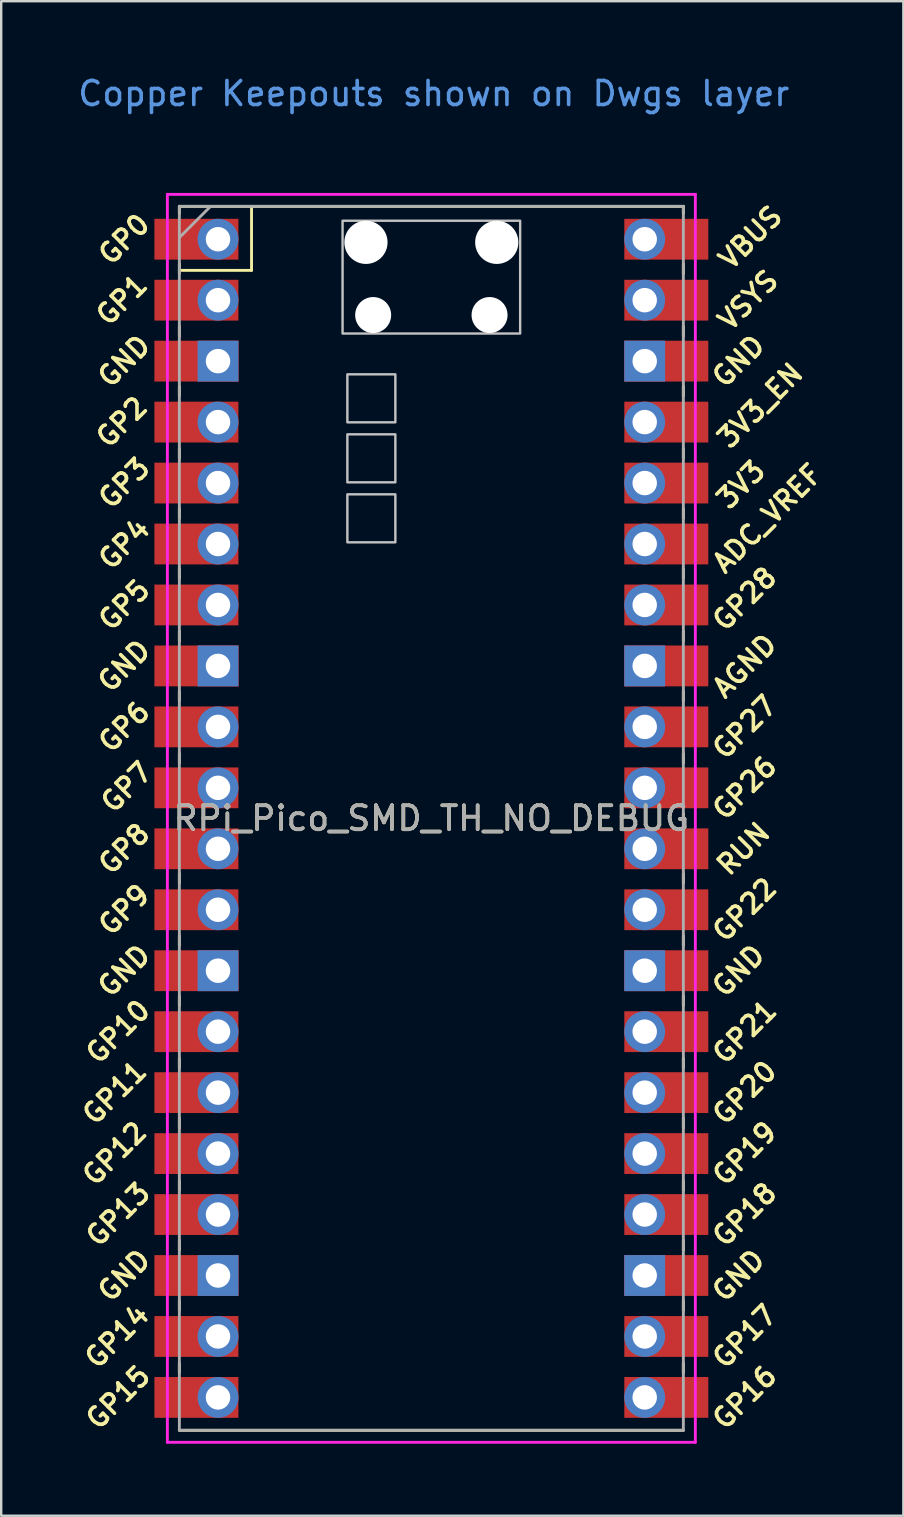
<source format=kicad_pcb>
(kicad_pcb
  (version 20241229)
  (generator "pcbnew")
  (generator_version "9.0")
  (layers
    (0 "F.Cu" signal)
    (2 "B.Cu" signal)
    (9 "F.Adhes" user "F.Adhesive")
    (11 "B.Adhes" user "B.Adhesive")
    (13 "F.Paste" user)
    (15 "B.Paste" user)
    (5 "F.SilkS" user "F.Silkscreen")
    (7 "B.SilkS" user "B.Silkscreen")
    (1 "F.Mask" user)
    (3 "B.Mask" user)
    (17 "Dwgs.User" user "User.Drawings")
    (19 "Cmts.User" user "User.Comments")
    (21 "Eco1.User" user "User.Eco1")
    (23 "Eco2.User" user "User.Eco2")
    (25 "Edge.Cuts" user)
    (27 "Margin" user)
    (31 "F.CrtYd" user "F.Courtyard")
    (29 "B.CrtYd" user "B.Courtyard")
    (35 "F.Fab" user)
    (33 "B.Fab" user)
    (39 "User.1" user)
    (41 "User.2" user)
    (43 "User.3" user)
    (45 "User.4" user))
  (footprint "RPi_Pico_SMD_TH_NO_DEBUG"
    (layer "F.Cu")
    (at 14.924 31.048)
    (property "Reference" "RPi_Pico_SMD_TH_NO_DEBUG" (at 0 0 0) (layer "F.SilkS") (effects (font (size 1 1) (thickness 0.15))))
    (attr through_hole)
    (fp_line (start -10.5 -25.5) (end -10.5 -25.2) (stroke (width 0.12) (type solid)) (layer "F.SilkS"))
    (fp_line (start -10.5 -25.5) (end 10.5 -25.5) (stroke (width 0.12) (type solid)) (layer "F.SilkS"))
    (fp_line (start -10.5 -23.1) (end -10.5 -22.7) (stroke (width 0.12) (type solid)) (layer "F.SilkS"))
    (fp_line (start -10.5 -22.833) (end -7.493 -22.833) (stroke (width 0.12) (type solid)) (layer "F.SilkS"))
    (fp_line (start -10.5 -20.5) (end -10.5 -20.1) (stroke (width 0.12) (type solid)) (layer "F.SilkS"))
    (fp_line (start -10.5 -18) (end -10.5 -17.6) (stroke (width 0.12) (type solid)) (layer "F.SilkS"))
    (fp_line (start -10.5 -15.4) (end -10.5 -15) (stroke (width 0.12) (type solid)) (layer "F.SilkS"))
    (fp_line (start -10.5 -12.9) (end -10.5 -12.5) (stroke (width 0.12) (type solid)) (layer "F.SilkS"))
    (fp_line (start -10.5 -10.4) (end -10.5 -10) (stroke (width 0.12) (type solid)) (layer "F.SilkS"))
    (fp_line (start -10.5 -7.8) (end -10.5 -7.4) (stroke (width 0.12) (type solid)) (layer "F.SilkS"))
    (fp_line (start -10.5 -5.3) (end -10.5 -4.9) (stroke (width 0.12) (type solid)) (layer "F.SilkS"))
    (fp_line (start -10.5 -2.7) (end -10.5 -2.3) (stroke (width 0.12) (type solid)) (layer "F.SilkS"))
    (fp_line (start -10.5 -0.2) (end -10.5 0.2) (stroke (width 0.12) (type solid)) (layer "F.SilkS"))
    (fp_line (start -10.5 2.3) (end -10.5 2.7) (stroke (width 0.12) (type solid)) (layer "F.SilkS"))
    (fp_line (start -10.5 4.9) (end -10.5 5.3) (stroke (width 0.12) (type solid)) (layer "F.SilkS"))
    (fp_line (start -10.5 7.4) (end -10.5 7.8) (stroke (width 0.12) (type solid)) (layer "F.SilkS"))
    (fp_line (start -10.5 10) (end -10.5 10.4) (stroke (width 0.12) (type solid)) (layer "F.SilkS"))
    (fp_line (start -10.5 12.5) (end -10.5 12.9) (stroke (width 0.12) (type solid)) (layer "F.SilkS"))
    (fp_line (start -10.5 15.1) (end -10.5 15.5) (stroke (width 0.12) (type solid)) (layer "F.SilkS"))
    (fp_line (start -10.5 17.6) (end -10.5 18) (stroke (width 0.12) (type solid)) (layer "F.SilkS"))
    (fp_line (start -10.5 20.1) (end -10.5 20.5) (stroke (width 0.12) (type solid)) (layer "F.SilkS"))
    (fp_line (start -10.5 22.7) (end -10.5 23.1) (stroke (width 0.12) (type solid)) (layer "F.SilkS"))
    (fp_line (start -7.493 -22.833) (end -7.493 -25.5) (stroke (width 0.12) (type solid)) (layer "F.SilkS"))
    (fp_line (start 10.5 -25.5) (end 10.5 -25.2) (stroke (width 0.12) (type solid)) (layer "F.SilkS"))
    (fp_line (start 10.5 -23.1) (end 10.5 -22.7) (stroke (width 0.12) (type solid)) (layer "F.SilkS"))
    (fp_line (start 10.5 -20.5) (end 10.5 -20.1) (stroke (width 0.12) (type solid)) (layer "F.SilkS"))
    (fp_line (start 10.5 -18) (end 10.5 -17.6) (stroke (width 0.12) (type solid)) (layer "F.SilkS"))
    (fp_line (start 10.5 -15.4) (end 10.5 -15) (stroke (width 0.12) (type solid)) (layer "F.SilkS"))
    (fp_line (start 10.5 -12.9) (end 10.5 -12.5) (stroke (width 0.12) (type solid)) (layer "F.SilkS"))
    (fp_line (start 10.5 -10.4) (end 10.5 -10) (stroke (width 0.12) (type solid)) (layer "F.SilkS"))
    (fp_line (start 10.5 -7.8) (end 10.5 -7.4) (stroke (width 0.12) (type solid)) (layer "F.SilkS"))
    (fp_line (start 10.5 -5.3) (end 10.5 -4.9) (stroke (width 0.12) (type solid)) (layer "F.SilkS"))
    (fp_line (start 10.5 -2.7) (end 10.5 -2.3) (stroke (width 0.12) (type solid)) (layer "F.SilkS"))
    (fp_line (start 10.5 -0.2) (end 10.5 0.2) (stroke (width 0.12) (type solid)) (layer "F.SilkS"))
    (fp_line (start 10.5 2.3) (end 10.5 2.7) (stroke (width 0.12) (type solid)) (layer "F.SilkS"))
    (fp_line (start 10.5 4.9) (end 10.5 5.3) (stroke (width 0.12) (type solid)) (layer "F.SilkS"))
    (fp_line (start 10.5 7.4) (end 10.5 7.8) (stroke (width 0.12) (type solid)) (layer "F.SilkS"))
    (fp_line (start 10.5 10) (end 10.5 10.4) (stroke (width 0.12) (type solid)) (layer "F.SilkS"))
    (fp_line (start 10.5 12.5) (end 10.5 12.9) (stroke (width 0.12) (type solid)) (layer "F.SilkS"))
    (fp_line (start 10.5 15.1) (end 10.5 15.5) (stroke (width 0.12) (type solid)) (layer "F.SilkS"))
    (fp_line (start 10.5 17.6) (end 10.5 18) (stroke (width 0.12) (type solid)) (layer "F.SilkS"))
    (fp_line (start 10.5 20.1) (end 10.5 20.5) (stroke (width 0.12) (type solid)) (layer "F.SilkS"))
    (fp_line (start 10.5 22.7) (end 10.5 23.1) (stroke (width 0.12) (type solid)) (layer "F.SilkS"))
    (fp_line (start 10.5 25.5) (end -10.5 25.5) (stroke (width 0.12) (type solid)) (layer "F.SilkS"))
    (fp_poly (pts (xy -1.5 -16.5) (xy -3.5 -16.5) (xy -3.5 -18.5) (xy -1.5 -18.5)) (stroke (width 0.1) (type solid)) (fill no) (layer "Dwgs.User"))
    (fp_poly (pts (xy -1.5 -14) (xy -3.5 -14) (xy -3.5 -16) (xy -1.5 -16)) (stroke (width 0.1) (type solid)) (fill no) (layer "Dwgs.User"))
    (fp_poly (pts (xy -1.5 -11.5) (xy -3.5 -11.5) (xy -3.5 -13.5) (xy -1.5 -13.5)) (stroke (width 0.1) (type solid)) (fill no) (layer "Dwgs.User"))
    (fp_poly (pts (xy 3.7 -20.2) (xy -3.7 -20.2) (xy -3.7 -24.9) (xy 3.7 -24.9)) (stroke (width 0.1) (type solid)) (fill no) (layer "Dwgs.User"))
    (fp_line (start -11 -26) (end 11 -26) (stroke (width 0.12) (type solid)) (layer "F.CrtYd"))
    (fp_line (start -11 26) (end -11 -26) (stroke (width 0.12) (type solid)) (layer "F.CrtYd"))
    (fp_line (start 11 -26) (end 11 26) (stroke (width 0.12) (type solid)) (layer "F.CrtYd"))
    (fp_line (start 11 26) (end -11 26) (stroke (width 0.12) (type solid)) (layer "F.CrtYd"))
    (fp_line (start -10.5 -25.5) (end 10.5 -25.5) (stroke (width 0.12) (type solid)) (layer "F.Fab"))
    (fp_line (start -10.5 -24.2) (end -9.2 -25.5) (stroke (width 0.12) (type solid)) (layer "F.Fab"))
    (fp_line (start -10.5 25.5) (end -10.5 -25.5) (stroke (width 0.12) (type solid)) (layer "F.Fab"))
    (fp_line (start 10.5 -25.5) (end 10.5 25.5) (stroke (width 0.12) (type solid)) (layer "F.Fab"))
    (fp_line (start 10.5 25.5) (end -10.5 25.5) (stroke (width 0.12) (type solid)) (layer "F.Fab"))
    (fp_text user "GP12" (at -13.2 13.97 45) (layer "F.SilkS") (effects (font (size 0.8 0.8) (thickness 0.15))))
    (fp_text user "GP16" (at 13.054 24.13 45) (layer "F.SilkS") (effects (font (size 0.8 0.8) (thickness 0.15))))
    (fp_text user "GP6" (at -12.8 -3.81 45) (layer "F.SilkS") (effects (font (size 0.8 0.8) (thickness 0.15))))
    (fp_text user "GP27" (at 13.054 -3.8 45) (layer "F.SilkS") (effects (font (size 0.8 0.8) (thickness 0.15))))
    (fp_text user "GP2" (at -12.9 -16.51 45) (layer "F.SilkS") (effects (font (size 0.8 0.8) (thickness 0.15))))
    (fp_text user "GP7" (at -12.7 -1.3 45) (layer "F.SilkS") (effects (font (size 0.8 0.8) (thickness 0.15))))
    (fp_text user "GP18" (at 13.054 16.51 45) (layer "F.SilkS") (effects (font (size 0.8 0.8) (thickness 0.15))))
    (fp_text user "GP5" (at -12.8 -8.89 45) (layer "F.SilkS") (effects (font (size 0.8 0.8) (thickness 0.15))))
    (fp_text user "GP14" (at -13.1 21.59 45) (layer "F.SilkS") (effects (font (size 0.8 0.8) (thickness 0.15))))
    (fp_text user "GP15" (at -13.054 24.13 45) (layer "F.SilkS") (effects (font (size 0.8 0.8) (thickness 0.15))))
    (fp_text user "GP3" (at -12.8 -13.97 45) (layer "F.SilkS") (effects (font (size 0.8 0.8) (thickness 0.15))))
    (fp_text user "ADC_VREF" (at 14 -12.5 45) (layer "F.SilkS") (effects (font (size 0.8 0.8) (thickness 0.15))))
    (fp_text user "GP22" (at 13.054 3.81 45) (layer "F.SilkS") (effects (font (size 0.8 0.8) (thickness 0.15))))
    (fp_text user "GND" (at 12.8 6.35 45) (layer "F.SilkS") (effects (font (size 0.8 0.8) (thickness 0.15))))
    (fp_text user "RUN" (at 13 1.27 45) (layer "F.SilkS") (effects (font (size 0.8 0.8) (thickness 0.15))))
    (fp_text user "GP8" (at -12.8 1.27 45) (layer "F.SilkS") (effects (font (size 0.8 0.8) (thickness 0.15))))
    (fp_text user "GP1" (at -12.9 -21.6 45) (layer "F.SilkS") (effects (font (size 0.8 0.8) (thickness 0.15))))
    (fp_text user "GP10" (at -13.054 8.89 45) (layer "F.SilkS") (effects (font (size 0.8 0.8) (thickness 0.15))))
    (fp_text user "GND" (at -12.8 19.05 45) (layer "F.SilkS") (effects (font (size 0.8 0.8) (thickness 0.15))))
    (fp_text user "GP17" (at 13.054 21.59 45) (layer "F.SilkS") (effects (font (size 0.8 0.8) (thickness 0.15))))
    (fp_text user "GND" (at 12.8 -19.05 45) (layer "F.SilkS") (effects (font (size 0.8 0.8) (thickness 0.15))))
    (fp_text user "GND" (at -12.8 -19.05 45) (layer "F.SilkS") (effects (font (size 0.8 0.8) (thickness 0.15))))
    (fp_text user "3V3" (at 12.9 -13.9 45) (layer "F.SilkS") (effects (font (size 0.8 0.8) (thickness 0.15))))
    (fp_text user "GP11" (at -13.2 11.43 45) (layer "F.SilkS") (effects (font (size 0.8 0.8) (thickness 0.15))))
    (fp_text user "GP13" (at -13.054 16.51 45) (layer "F.SilkS") (effects (font (size 0.8 0.8) (thickness 0.15))))
    (fp_text user "GND" (at -12.8 6.35 45) (layer "F.SilkS") (effects (font (size 0.8 0.8) (thickness 0.15))))
    (fp_text user "3V3_EN" (at 13.7 -17.2 45) (layer "F.SilkS") (effects (font (size 0.8 0.8) (thickness 0.15))))
    (fp_text user "GP26" (at 13.054 -1.27 45) (layer "F.SilkS") (effects (font (size 0.8 0.8) (thickness 0.15))))
    (fp_text user "VBUS" (at 13.3 -24.2 45) (layer "F.SilkS") (effects (font (size 0.8 0.8) (thickness 0.15))))
    (fp_text user "GP28" (at 13.054 -9.144 45) (layer "F.SilkS") (effects (font (size 0.8 0.8) (thickness 0.15))))
    (fp_text user "GP0" (at -12.8 -24.13 45) (layer "F.SilkS") (effects (font (size 0.8 0.8) (thickness 0.15))))
    (fp_text user "GP20" (at 13.054 11.43 45) (layer "F.SilkS") (effects (font (size 0.8 0.8) (thickness 0.15))))
    (fp_text user "GP9" (at -12.8 3.81 45) (layer "F.SilkS") (effects (font (size 0.8 0.8) (thickness 0.15))))
    (fp_text user "AGND" (at 13.054 -6.35 45) (layer "F.SilkS") (effects (font (size 0.8 0.8) (thickness 0.15))))
    (fp_text user "GP21" (at 13.054 8.9 45) (layer "F.SilkS") (effects (font (size 0.8 0.8) (thickness 0.15))))
    (fp_text user "GND" (at 12.8 19.05 45) (layer "F.SilkS") (effects (font (size 0.8 0.8) (thickness 0.15))))
    (fp_text user "VSYS" (at 13.2 -21.59 45) (layer "F.SilkS") (effects (font (size 0.8 0.8) (thickness 0.15))))
    (fp_text user "GP4" (at -12.8 -11.43 45) (layer "F.SilkS") (effects (font (size 0.8 0.8) (thickness 0.15))))
    (fp_text user "GP19" (at 13.054 13.97 45) (layer "F.SilkS") (effects (font (size 0.8 0.8) (thickness 0.15))))
    (fp_text user "GND" (at -12.8 -6.35 45) (layer "F.SilkS") (effects (font (size 0.8 0.8) (thickness 0.15))))
    (fp_text user "Copper Keepouts shown on Dwgs layer" (at 0.1 -30.2 0) (layer "Cmts.User") (effects (font (size 1 1) (thickness 0.15))))
    (fp_text user "${REFERENCE}" (at 0 0 180) (layer "F.Fab") (effects (font (size 1 1) (thickness 0.15))))
    (pad "" np_thru_hole oval (at -2.725 -24) (size 1.8 1.8) (drill 1.8) (layers "*.Cu" "*.Mask"))
    (pad "" np_thru_hole oval (at -2.425 -20.97) (size 1.5 1.5) (drill 1.5) (layers "*.Cu" "*.Mask"))
    (pad "" np_thru_hole oval (at 2.425 -20.97) (size 1.5 1.5) (drill 1.5) (layers "*.Cu" "*.Mask"))
    (pad "" np_thru_hole oval (at 2.725 -24) (size 1.8 1.8) (drill 1.8) (layers "*.Cu" "*.Mask"))
    (pad "1" thru_hole oval (at -8.89 -24.13) (size 1.7 1.7) (drill 1.02) (layers "*.Cu" "*.Mask"))
    (pad "1" smd rect (at -8.89 -24.13) (size 3.5 1.7) (drill (offset -0.9 0)) (layers "F.Cu" "F.Mask"))
    (pad "2" thru_hole oval (at -8.89 -21.59) (size 1.7 1.7) (drill 1.02) (layers "*.Cu" "*.Mask"))
    (pad "2" smd rect (at -8.89 -21.59) (size 3.5 1.7) (drill (offset -0.9 0)) (layers "F.Cu" "F.Mask"))
    (pad "3" thru_hole rect (at -8.89 -19.05) (size 1.7 1.7) (drill 1.02) (layers "*.Cu" "*.Mask"))
    (pad "3" smd rect (at -8.89 -19.05) (size 3.5 1.7) (drill (offset -0.9 0)) (layers "F.Cu" "F.Mask"))
    (pad "4" thru_hole oval (at -8.89 -16.51) (size 1.7 1.7) (drill 1.02) (layers "*.Cu" "*.Mask"))
    (pad "4" smd rect (at -8.89 -16.51) (size 3.5 1.7) (drill (offset -0.9 0)) (layers "F.Cu" "F.Mask"))
    (pad "5" thru_hole oval (at -8.89 -13.97) (size 1.7 1.7) (drill 1.02) (layers "*.Cu" "*.Mask"))
    (pad "5" smd rect (at -8.89 -13.97) (size 3.5 1.7) (drill (offset -0.9 0)) (layers "F.Cu" "F.Mask"))
    (pad "6" thru_hole oval (at -8.89 -11.43) (size 1.7 1.7) (drill 1.02) (layers "*.Cu" "*.Mask"))
    (pad "6" smd rect (at -8.89 -11.43) (size 3.5 1.7) (drill (offset -0.9 0)) (layers "F.Cu" "F.Mask"))
    (pad "7" thru_hole oval (at -8.89 -8.89) (size 1.7 1.7) (drill 1.02) (layers "*.Cu" "*.Mask"))
    (pad "7" smd rect (at -8.89 -8.89) (size 3.5 1.7) (drill (offset -0.9 0)) (layers "F.Cu" "F.Mask"))
    (pad "8" thru_hole rect (at -8.89 -6.35) (size 1.7 1.7) (drill 1.02) (layers "*.Cu" "*.Mask"))
    (pad "8" smd rect (at -8.89 -6.35) (size 3.5 1.7) (drill (offset -0.9 0)) (layers "F.Cu" "F.Mask"))
    (pad "9" thru_hole oval (at -8.89 -3.81) (size 1.7 1.7) (drill 1.02) (layers "*.Cu" "*.Mask"))
    (pad "9" smd rect (at -8.89 -3.81) (size 3.5 1.7) (drill (offset -0.9 0)) (layers "F.Cu" "F.Mask"))
    (pad "10" thru_hole oval (at -8.89 -1.27) (size 1.7 1.7) (drill 1.02) (layers "*.Cu" "*.Mask"))
    (pad "10" smd rect (at -8.89 -1.27) (size 3.5 1.7) (drill (offset -0.9 0)) (layers "F.Cu" "F.Mask"))
    (pad "11" thru_hole oval (at -8.89 1.27) (size 1.7 1.7) (drill 1.02) (layers "*.Cu" "*.Mask"))
    (pad "11" smd rect (at -8.89 1.27) (size 3.5 1.7) (drill (offset -0.9 0)) (layers "F.Cu" "F.Mask"))
    (pad "12" thru_hole oval (at -8.89 3.81) (size 1.7 1.7) (drill 1.02) (layers "*.Cu" "*.Mask"))
    (pad "12" smd rect (at -8.89 3.81) (size 3.5 1.7) (drill (offset -0.9 0)) (layers "F.Cu" "F.Mask"))
    (pad "13" thru_hole rect (at -8.89 6.35) (size 1.7 1.7) (drill 1.02) (layers "*.Cu" "*.Mask"))
    (pad "13" smd rect (at -8.89 6.35) (size 3.5 1.7) (drill (offset -0.9 0)) (layers "F.Cu" "F.Mask"))
    (pad "14" thru_hole oval (at -8.89 8.89) (size 1.7 1.7) (drill 1.02) (layers "*.Cu" "*.Mask"))
    (pad "14" smd rect (at -8.89 8.89) (size 3.5 1.7) (drill (offset -0.9 0)) (layers "F.Cu" "F.Mask"))
    (pad "15" thru_hole oval (at -8.89 11.43) (size 1.7 1.7) (drill 1.02) (layers "*.Cu" "*.Mask"))
    (pad "15" smd rect (at -8.89 11.43) (size 3.5 1.7) (drill (offset -0.9 0)) (layers "F.Cu" "F.Mask"))
    (pad "16" thru_hole oval (at -8.89 13.97) (size 1.7 1.7) (drill 1.02) (layers "*.Cu" "*.Mask"))
    (pad "16" smd rect (at -8.89 13.97) (size 3.5 1.7) (drill (offset -0.9 0)) (layers "F.Cu" "F.Mask"))
    (pad "17" thru_hole oval (at -8.89 16.51) (size 1.7 1.7) (drill 1.02) (layers "*.Cu" "*.Mask"))
    (pad "17" smd rect (at -8.89 16.51) (size 3.5 1.7) (drill (offset -0.9 0)) (layers "F.Cu" "F.Mask"))
    (pad "18" thru_hole rect (at -8.89 19.05) (size 1.7 1.7) (drill 1.02) (layers "*.Cu" "*.Mask"))
    (pad "18" smd rect (at -8.89 19.05) (size 3.5 1.7) (drill (offset -0.9 0)) (layers "F.Cu" "F.Mask"))
    (pad "19" thru_hole oval (at -8.89 21.59) (size 1.7 1.7) (drill 1.02) (layers "*.Cu" "*.Mask"))
    (pad "19" smd rect (at -8.89 21.59) (size 3.5 1.7) (drill (offset -0.9 0)) (layers "F.Cu" "F.Mask"))
    (pad "20" thru_hole oval (at -8.89 24.13) (size 1.7 1.7) (drill 1.02) (layers "*.Cu" "*.Mask"))
    (pad "20" smd rect (at -8.89 24.13) (size 3.5 1.7) (drill (offset -0.9 0)) (layers "F.Cu" "F.Mask"))
    (pad "21" thru_hole oval (at 8.89 24.13) (size 1.7 1.7) (drill 1.02) (layers "*.Cu" "*.Mask"))
    (pad "21" smd rect (at 8.89 24.13) (size 3.5 1.7) (drill (offset 0.9 0)) (layers "F.Cu" "F.Mask"))
    (pad "22" thru_hole oval (at 8.89 21.59) (size 1.7 1.7) (drill 1.02) (layers "*.Cu" "*.Mask"))
    (pad "22" smd rect (at 8.89 21.59) (size 3.5 1.7) (drill (offset 0.9 0)) (layers "F.Cu" "F.Mask"))
    (pad "23" thru_hole rect (at 8.89 19.05) (size 1.7 1.7) (drill 1.02) (layers "*.Cu" "*.Mask"))
    (pad "23" smd rect (at 8.89 19.05) (size 3.5 1.7) (drill (offset 0.9 0)) (layers "F.Cu" "F.Mask"))
    (pad "24" thru_hole oval (at 8.89 16.51) (size 1.7 1.7) (drill 1.02) (layers "*.Cu" "*.Mask"))
    (pad "24" smd rect (at 8.89 16.51) (size 3.5 1.7) (drill (offset 0.9 0)) (layers "F.Cu" "F.Mask"))
    (pad "25" thru_hole oval (at 8.89 13.97) (size 1.7 1.7) (drill 1.02) (layers "*.Cu" "*.Mask"))
    (pad "25" smd rect (at 8.89 13.97) (size 3.5 1.7) (drill (offset 0.9 0)) (layers "F.Cu" "F.Mask"))
    (pad "26" thru_hole oval (at 8.89 11.43) (size 1.7 1.7) (drill 1.02) (layers "*.Cu" "*.Mask"))
    (pad "26" smd rect (at 8.89 11.43) (size 3.5 1.7) (drill (offset 0.9 0)) (layers "F.Cu" "F.Mask"))
    (pad "27" thru_hole oval (at 8.89 8.89) (size 1.7 1.7) (drill 1.02) (layers "*.Cu" "*.Mask"))
    (pad "27" smd rect (at 8.89 8.89) (size 3.5 1.7) (drill (offset 0.9 0)) (layers "F.Cu" "F.Mask"))
    (pad "28" thru_hole rect (at 8.89 6.35) (size 1.7 1.7) (drill 1.02) (layers "*.Cu" "*.Mask"))
    (pad "28" smd rect (at 8.89 6.35) (size 3.5 1.7) (drill (offset 0.9 0)) (layers "F.Cu" "F.Mask"))
    (pad "29" thru_hole oval (at 8.89 3.81) (size 1.7 1.7) (drill 1.02) (layers "*.Cu" "*.Mask"))
    (pad "29" smd rect (at 8.89 3.81) (size 3.5 1.7) (drill (offset 0.9 0)) (layers "F.Cu" "F.Mask"))
    (pad "30" thru_hole oval (at 8.89 1.27) (size 1.7 1.7) (drill 1.02) (layers "*.Cu" "*.Mask"))
    (pad "30" smd rect (at 8.89 1.27) (size 3.5 1.7) (drill (offset 0.9 0)) (layers "F.Cu" "F.Mask"))
    (pad "31" thru_hole oval (at 8.89 -1.27) (size 1.7 1.7) (drill 1.02) (layers "*.Cu" "*.Mask"))
    (pad "31" smd rect (at 8.89 -1.27) (size 3.5 1.7) (drill (offset 0.9 0)) (layers "F.Cu" "F.Mask"))
    (pad "32" thru_hole oval (at 8.89 -3.81) (size 1.7 1.7) (drill 1.02) (layers "*.Cu" "*.Mask"))
    (pad "32" smd rect (at 8.89 -3.81) (size 3.5 1.7) (drill (offset 0.9 0)) (layers "F.Cu" "F.Mask"))
    (pad "33" thru_hole rect (at 8.89 -6.35) (size 1.7 1.7) (drill 1.02) (layers "*.Cu" "*.Mask"))
    (pad "33" smd rect (at 8.89 -6.35) (size 3.5 1.7) (drill (offset 0.9 0)) (layers "F.Cu" "F.Mask"))
    (pad "34" thru_hole oval (at 8.89 -8.89) (size 1.7 1.7) (drill 1.02) (layers "*.Cu" "*.Mask"))
    (pad "34" smd rect (at 8.89 -8.89) (size 3.5 1.7) (drill (offset 0.9 0)) (layers "F.Cu" "F.Mask"))
    (pad "35" thru_hole oval (at 8.89 -11.43) (size 1.7 1.7) (drill 1.02) (layers "*.Cu" "*.Mask"))
    (pad "35" smd rect (at 8.89 -11.43) (size 3.5 1.7) (drill (offset 0.9 0)) (layers "F.Cu" "F.Mask"))
    (pad "36" thru_hole oval (at 8.89 -13.97) (size 1.7 1.7) (drill 1.02) (layers "*.Cu" "*.Mask"))
    (pad "36" smd rect (at 8.89 -13.97) (size 3.5 1.7) (drill (offset 0.9 0)) (layers "F.Cu" "F.Mask"))
    (pad "37" thru_hole oval (at 8.89 -16.51) (size 1.7 1.7) (drill 1.02) (layers "*.Cu" "*.Mask"))
    (pad "37" smd rect (at 8.89 -16.51) (size 3.5 1.7) (drill (offset 0.9 0)) (layers "F.Cu" "F.Mask"))
    (pad "38" thru_hole rect (at 8.89 -19.05) (size 1.7 1.7) (drill 1.02) (layers "*.Cu" "*.Mask"))
    (pad "38" smd rect (at 8.89 -19.05) (size 3.5 1.7) (drill (offset 0.9 0)) (layers "F.Cu" "F.Mask"))
    (pad "39" thru_hole oval (at 8.89 -21.59) (size 1.7 1.7) (drill 1.02) (layers "*.Cu" "*.Mask"))
    (pad "39" smd rect (at 8.89 -21.59) (size 3.5 1.7) (drill (offset 0.9 0)) (layers "F.Cu" "F.Mask"))
    (pad "40" thru_hole oval (at 8.89 -24.13) (size 1.7 1.7) (drill 1.02) (layers "*.Cu" "*.Mask"))
    (pad "40" smd rect (at 8.89 -24.13) (size 3.5 1.7) (drill (offset 0.9 0)) (layers "F.Cu" "F.Mask")))
  (gr_rect
    (start -3 -3)
    (end 34.591 60.108)
    (stroke (width 0.1) (type default))
    (fill no)
    (layer "Edge.Cuts")))
</source>
